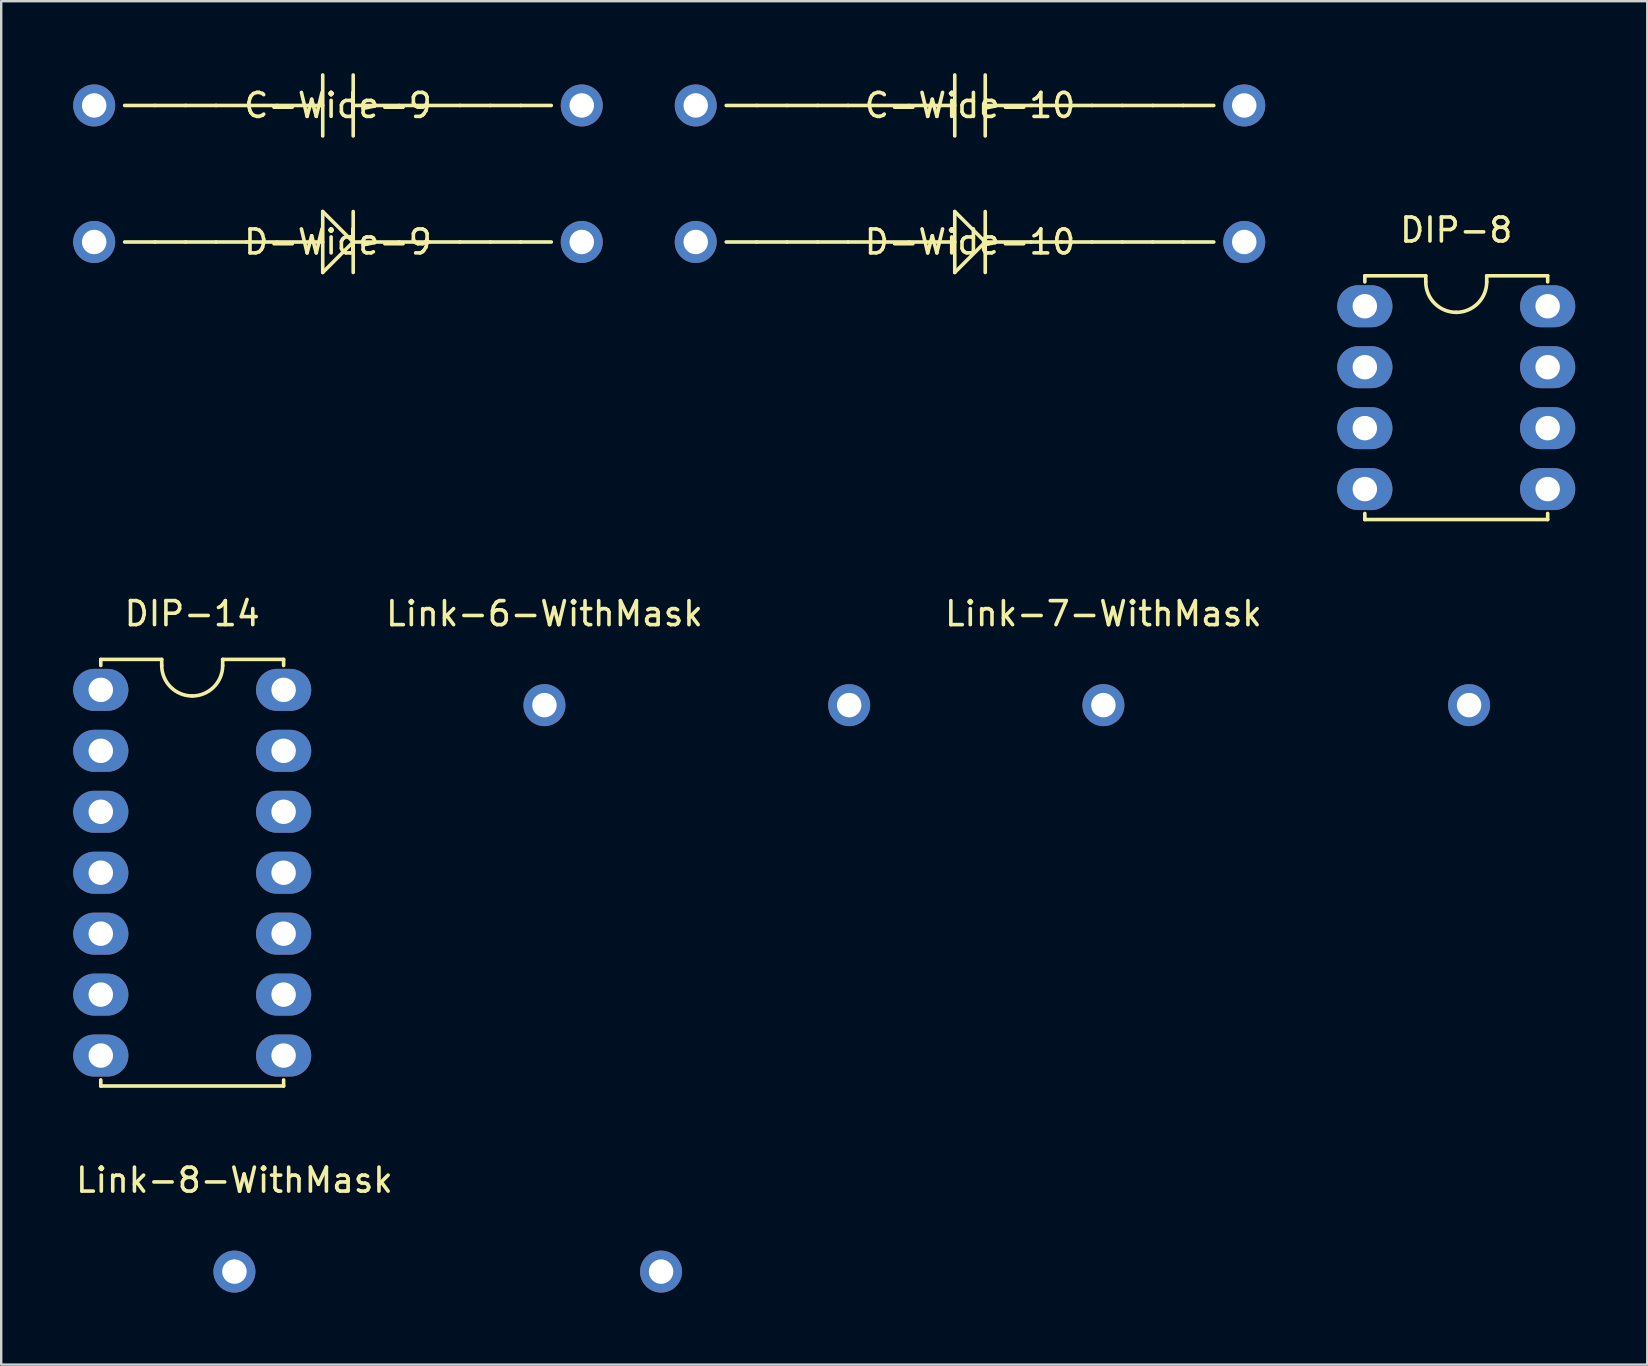
<source format=kicad_pcb>
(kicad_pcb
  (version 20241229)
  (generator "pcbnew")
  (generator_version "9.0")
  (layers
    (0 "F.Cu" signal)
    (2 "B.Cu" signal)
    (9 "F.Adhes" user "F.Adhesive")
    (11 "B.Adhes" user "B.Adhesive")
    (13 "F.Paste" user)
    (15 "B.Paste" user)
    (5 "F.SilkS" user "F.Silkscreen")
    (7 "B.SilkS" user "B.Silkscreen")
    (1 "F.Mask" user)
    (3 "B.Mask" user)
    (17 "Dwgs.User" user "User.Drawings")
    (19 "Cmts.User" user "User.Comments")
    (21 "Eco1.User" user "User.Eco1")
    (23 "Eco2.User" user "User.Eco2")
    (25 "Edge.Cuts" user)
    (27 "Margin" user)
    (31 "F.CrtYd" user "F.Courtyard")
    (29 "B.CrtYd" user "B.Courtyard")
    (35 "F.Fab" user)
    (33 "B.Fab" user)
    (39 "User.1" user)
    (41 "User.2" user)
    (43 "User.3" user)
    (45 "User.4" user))
  (footprint "DIP-14"
    (layer "F.Cu")
    (at 1.15 25.701)
    (property "Reference" "DIP-14" (at 3.81 -3.175 0) (layer "F.SilkS") (effects (font (size 1 1) (thickness 0.15))))
    (attr through_hole)
    (fp_line (start 0 -1.27) (end 0 -1.016) (stroke (width 0.15) (type solid)) (layer "F.SilkS"))
    (fp_line (start 0 16.51) (end 0 16.256) (stroke (width 0.15) (type solid)) (layer "F.SilkS"))
    (fp_line (start 0 16.51) (end 7.62 16.51) (stroke (width 0.15) (type solid)) (layer "F.SilkS"))
    (fp_line (start 2.54 -1.27) (end 0 -1.27) (stroke (width 0.15) (type solid)) (layer "F.SilkS"))
    (fp_line (start 2.54 -1.016) (end 2.54 -1.27) (stroke (width 0.15) (type solid)) (layer "F.SilkS"))
    (fp_line (start 5.08 -1.016) (end 5.08 -1.27) (stroke (width 0.15) (type solid)) (layer "F.SilkS"))
    (fp_line (start 7.62 -1.27) (end 5.08 -1.27) (stroke (width 0.15) (type solid)) (layer "F.SilkS"))
    (fp_line (start 7.62 -1.27) (end 7.62 -1.016) (stroke (width 0.15) (type solid)) (layer "F.SilkS"))
    (fp_line (start 7.62 16.51) (end 7.62 16.256) (stroke (width 0.15) (type solid)) (layer "F.SilkS"))
    (fp_arc (start 3.81 0.254) (mid 2.911974 -0.117974) (end 2.54 -1.016) (stroke (width 0.15) (type solid)) (layer "F.SilkS"))
    (fp_arc (start 5.08 -1.016) (mid 4.708026 -0.117974) (end 3.81 0.254) (stroke (width 0.15) (type solid)) (layer "F.SilkS"))
    (pad "1" thru_hole oval (at 0 0) (size 2.3 1.75) (drill 1.02) (layers "B.Cu" "B.Mask"))
    (pad "2" thru_hole oval (at 0 2.54) (size 2.3 1.75) (drill 1.02) (layers "B.Cu" "B.Mask"))
    (pad "3" thru_hole oval (at 0 5.08) (size 2.3 1.75) (drill 1.02) (layers "B.Cu" "B.Mask"))
    (pad "4" thru_hole oval (at 0 7.62) (size 2.3 1.75) (drill 1.02) (layers "B.Cu" "B.Mask"))
    (pad "5" thru_hole oval (at 0 10.16) (size 2.3 1.75) (drill 1.02) (layers "B.Cu" "B.Mask"))
    (pad "6" thru_hole oval (at 0 12.7) (size 2.3 1.75) (drill 1.02) (layers "B.Cu" "B.Mask"))
    (pad "7" thru_hole oval (at 0 15.24) (size 2.3 1.75) (drill 1.02) (layers "B.Cu" "B.Mask"))
    (pad "8" thru_hole oval (at 7.62 15.24) (size 2.3 1.75) (drill 1.02) (layers "B.Cu" "B.Mask"))
    (pad "9" thru_hole oval (at 7.62 12.7) (size 2.3 1.75) (drill 1.02) (layers "B.Cu" "B.Mask"))
    (pad "10" thru_hole oval (at 7.62 10.16) (size 2.3 1.75) (drill 1.02) (layers "B.Cu" "B.Mask"))
    (pad "11" thru_hole oval (at 7.62 7.62) (size 2.3 1.75) (drill 1.02) (layers "B.Cu" "B.Mask"))
    (pad "12" thru_hole oval (at 7.62 5.08) (size 2.3 1.75) (drill 1.02) (layers "B.Cu" "B.Mask"))
    (pad "13" thru_hole oval (at 7.62 2.54) (size 2.3 1.75) (drill 1.02) (layers "B.Cu" "B.Mask"))
    (pad "14" thru_hole oval (at 7.62 0) (size 2.3 1.75) (drill 1.02) (layers "B.Cu" "B.Mask")))
  (footprint "Link-8-WithMask"
    (layer "F.Cu")
    (at 6.72 49.945)
    (property "Reference" "Link-8-WithMask" (at 0 -3.81 0) (layer "F.SilkS") (effects (font (size 1 1) (thickness 0.15))))
    (attr through_hole)
    (pad "1" thru_hole circle (at 0 0) (size 1.75 1.75) (drill 1.02) (layers "*.Cu"))
    (pad "1" thru_hole circle (at 17.78 0) (size 1.75 1.75) (drill 1.02) (layers "*.Cu")))
  (footprint "D-Wide-10"
    (layer "F.Cu")
    (at 25.945 7.035)
    (property "Reference" "D-Wide-10" (at 11.43 0 0) (layer "F.SilkS") (effects (font (size 1 1) (thickness 0.15))))
    (attr through_hole)
    (fp_line (start 2.54 0) (end 1.27 0) (stroke (width 0.15) (type solid)) (layer "F.SilkS"))
    (fp_line (start 3.81 0) (end 2.54 0) (stroke (width 0.15) (type solid)) (layer "F.SilkS"))
    (fp_line (start 5.08 0) (end 3.81 0) (stroke (width 0.15) (type solid)) (layer "F.SilkS"))
    (fp_line (start 6.35 0) (end 5.08 0) (stroke (width 0.15) (type solid)) (layer "F.SilkS"))
    (fp_line (start 7.62 0) (end 6.35 0) (stroke (width 0.15) (type solid)) (layer "F.SilkS"))
    (fp_line (start 8.89 0) (end 7.62 0) (stroke (width 0.15) (type solid)) (layer "F.SilkS"))
    (fp_line (start 10.795 -1.27) (end 10.795 1.27) (stroke (width 0.15) (type solid)) (layer "F.SilkS"))
    (fp_line (start 10.795 0) (end 8.89 0) (stroke (width 0.15) (type solid)) (layer "F.SilkS"))
    (fp_line (start 12.065 -1.27) (end 12.065 1.27) (stroke (width 0.15) (type solid)) (layer "F.SilkS"))
    (fp_line (start 12.065 0) (end 10.795 -1.27) (stroke (width 0.15) (type solid)) (layer "F.SilkS"))
    (fp_line (start 12.065 0) (end 10.795 1.27) (stroke (width 0.15) (type solid)) (layer "F.SilkS"))
    (fp_line (start 12.065 0) (end 13.97 0) (stroke (width 0.15) (type solid)) (layer "F.SilkS"))
    (fp_line (start 15.24 0) (end 13.97 0) (stroke (width 0.15) (type solid)) (layer "F.SilkS"))
    (fp_line (start 15.24 0) (end 16.51 0) (stroke (width 0.15) (type solid)) (layer "F.SilkS"))
    (fp_line (start 16.51 0) (end 17.78 0) (stroke (width 0.15) (type solid)) (layer "F.SilkS"))
    (fp_line (start 17.78 0) (end 19.05 0) (stroke (width 0.15) (type solid)) (layer "F.SilkS"))
    (fp_line (start 20.32 0) (end 19.05 0) (stroke (width 0.15) (type solid)) (layer "F.SilkS"))
    (fp_line (start 21.59 0) (end 20.32 0) (stroke (width 0.15) (type solid)) (layer "F.SilkS"))
    (pad "1" thru_hole circle (at 0 0) (size 1.75 1.75) (drill 1.02) (layers "B.Cu" "B.Mask"))
    (pad "1" thru_hole circle (at 22.86 0) (size 1.75 1.75) (drill 1.02) (layers "B.Cu" "B.Mask")))
  (footprint "Link-6-WithMask"
    (layer "F.Cu")
    (at 19.64 26.337)
    (property "Reference" "Link-6-WithMask" (at 0 -3.81 0) (layer "F.SilkS") (effects (font (size 1 1) (thickness 0.15))))
    (attr through_hole)
    (pad "1" thru_hole circle (at 0 0) (size 1.75 1.75) (drill 1.02) (layers "*.Cu"))
    (pad "1" thru_hole circle (at 12.7 0) (size 1.75 1.75) (drill 1.02) (layers "*.Cu")))
  (footprint "DIP-8"
    (layer "F.Cu")
    (at 53.83 9.713)
    (property "Reference" "DIP-8" (at 3.81 -3.175 0) (layer "F.SilkS") (effects (font (size 1 1) (thickness 0.15))))
    (attr through_hole)
    (fp_line (start 0 -1.27) (end 0 -1.016) (stroke (width 0.15) (type solid)) (layer "F.SilkS"))
    (fp_line (start 0 8.89) (end 0 8.636) (stroke (width 0.15) (type solid)) (layer "F.SilkS"))
    (fp_line (start 0 8.89) (end 7.62 8.89) (stroke (width 0.15) (type solid)) (layer "F.SilkS"))
    (fp_line (start 2.54 -1.27) (end 0 -1.27) (stroke (width 0.15) (type solid)) (layer "F.SilkS"))
    (fp_line (start 2.54 -1.016) (end 2.54 -1.27) (stroke (width 0.15) (type solid)) (layer "F.SilkS"))
    (fp_line (start 5.08 -1.016) (end 5.08 -1.27) (stroke (width 0.15) (type solid)) (layer "F.SilkS"))
    (fp_line (start 7.62 -1.27) (end 5.08 -1.27) (stroke (width 0.15) (type solid)) (layer "F.SilkS"))
    (fp_line (start 7.62 -1.27) (end 7.62 -1.016) (stroke (width 0.15) (type solid)) (layer "F.SilkS"))
    (fp_line (start 7.62 8.89) (end 7.62 8.636) (stroke (width 0.15) (type solid)) (layer "F.SilkS"))
    (fp_arc (start 3.81 0.254) (mid 2.911974 -0.117974) (end 2.54 -1.016) (stroke (width 0.15) (type solid)) (layer "F.SilkS"))
    (fp_arc (start 5.08 -1.016) (mid 4.708026 -0.117974) (end 3.81 0.254) (stroke (width 0.15) (type solid)) (layer "F.SilkS"))
    (pad "1" thru_hole oval (at 0 0) (size 2.3 1.75) (drill 1.02) (layers "B.Cu" "B.Mask"))
    (pad "2" thru_hole oval (at 0 2.54) (size 2.3 1.75) (drill 1.02) (layers "B.Cu" "B.Mask"))
    (pad "3" thru_hole oval (at 0 5.08) (size 2.3 1.75) (drill 1.02) (layers "B.Cu" "B.Mask"))
    (pad "4" thru_hole oval (at 0 7.62) (size 2.3 1.75) (drill 1.02) (layers "B.Cu" "B.Mask"))
    (pad "5" thru_hole oval (at 7.62 7.62) (size 2.3 1.75) (drill 1.02) (layers "B.Cu" "B.Mask"))
    (pad "6" thru_hole oval (at 7.62 5.08) (size 2.3 1.75) (drill 1.02) (layers "B.Cu" "B.Mask"))
    (pad "7" thru_hole oval (at 7.62 2.54) (size 2.3 1.75) (drill 1.02) (layers "B.Cu" "B.Mask"))
    (pad "8" thru_hole oval (at 7.62 0) (size 2.3 1.75) (drill 1.02) (layers "B.Cu" "B.Mask")))
  (footprint "C-Wide-9"
    (layer "F.Cu")
    (at 0.875 1.345)
    (property "Reference" "C-Wide-9" (at 10.16 0 0) (layer "F.SilkS") (effects (font (size 1 1) (thickness 0.15))))
    (attr through_hole)
    (fp_line (start 2.54 0) (end 1.27 0) (stroke (width 0.15) (type solid)) (layer "F.SilkS"))
    (fp_line (start 3.81 0) (end 2.54 0) (stroke (width 0.15) (type solid)) (layer "F.SilkS"))
    (fp_line (start 5.08 0) (end 3.81 0) (stroke (width 0.15) (type solid)) (layer "F.SilkS"))
    (fp_line (start 7.62 0) (end 5.08 0) (stroke (width 0.15) (type solid)) (layer "F.SilkS"))
    (fp_line (start 7.62 0) (end 9.525 0) (stroke (width 0.15) (type solid)) (layer "F.SilkS"))
    (fp_line (start 9.525 -1.27) (end 9.525 1.27) (stroke (width 0.15) (type solid)) (layer "F.SilkS"))
    (fp_line (start 10.795 -1.27) (end 10.795 1.27) (stroke (width 0.15) (type solid)) (layer "F.SilkS"))
    (fp_line (start 12.7 0) (end 10.795 0) (stroke (width 0.15) (type solid)) (layer "F.SilkS"))
    (fp_line (start 12.7 0) (end 15.24 0) (stroke (width 0.15) (type solid)) (layer "F.SilkS"))
    (fp_line (start 15.24 0) (end 16.51 0) (stroke (width 0.15) (type solid)) (layer "F.SilkS"))
    (fp_line (start 16.51 0) (end 17.78 0) (stroke (width 0.15) (type solid)) (layer "F.SilkS"))
    (fp_line (start 17.78 0) (end 19.05 0) (stroke (width 0.15) (type solid)) (layer "F.SilkS"))
    (pad "1" thru_hole circle (at 0 0) (size 1.75 1.75) (drill 1.02) (layers "B.Cu" "B.Mask"))
    (pad "1" thru_hole circle (at 20.32 0) (size 1.75 1.75) (drill 1.02) (layers "B.Cu" "B.Mask")))
  (footprint "Link-7-WithMask"
    (layer "F.Cu")
    (at 42.935 26.337)
    (property "Reference" "Link-7-WithMask" (at 0 -3.81 0) (layer "F.SilkS") (effects (font (size 1 1) (thickness 0.15))))
    (attr through_hole)
    (pad "1" thru_hole circle (at 0 0) (size 1.75 1.75) (drill 1.02) (layers "*.Cu"))
    (pad "1" thru_hole circle (at 15.24 0) (size 1.75 1.75) (drill 1.02) (layers "*.Cu")))
  (footprint "C-Wide-10"
    (layer "F.Cu")
    (at 25.945 1.345)
    (property "Reference" "C-Wide-10" (at 11.43 0 0) (layer "F.SilkS") (effects (font (size 1 1) (thickness 0.15))))
    (attr through_hole)
    (fp_line (start 2.54 0) (end 1.27 0) (stroke (width 0.15) (type solid)) (layer "F.SilkS"))
    (fp_line (start 3.81 0) (end 2.54 0) (stroke (width 0.15) (type solid)) (layer "F.SilkS"))
    (fp_line (start 5.08 0) (end 3.81 0) (stroke (width 0.15) (type solid)) (layer "F.SilkS"))
    (fp_line (start 6.35 0) (end 5.08 0) (stroke (width 0.15) (type solid)) (layer "F.SilkS"))
    (fp_line (start 8.89 0) (end 6.35 0) (stroke (width 0.15) (type solid)) (layer "F.SilkS"))
    (fp_line (start 8.89 0) (end 10.795 0) (stroke (width 0.15) (type solid)) (layer "F.SilkS"))
    (fp_line (start 10.795 -1.27) (end 10.795 1.27) (stroke (width 0.15) (type solid)) (layer "F.SilkS"))
    (fp_line (start 12.065 -1.27) (end 12.065 1.27) (stroke (width 0.15) (type solid)) (layer "F.SilkS"))
    (fp_line (start 13.97 0) (end 12.065 0) (stroke (width 0.15) (type solid)) (layer "F.SilkS"))
    (fp_line (start 13.97 0) (end 16.51 0) (stroke (width 0.15) (type solid)) (layer "F.SilkS"))
    (fp_line (start 16.51 0) (end 17.78 0) (stroke (width 0.15) (type solid)) (layer "F.SilkS"))
    (fp_line (start 17.78 0) (end 19.05 0) (stroke (width 0.15) (type solid)) (layer "F.SilkS"))
    (fp_line (start 19.05 0) (end 20.32 0) (stroke (width 0.15) (type solid)) (layer "F.SilkS"))
    (fp_line (start 21.59 0) (end 20.32 0) (stroke (width 0.15) (type solid)) (layer "F.SilkS"))
    (pad "1" thru_hole circle (at 0 0) (size 1.75 1.75) (drill 1.02) (layers "B.Cu" "B.Mask"))
    (pad "1" thru_hole circle (at 22.86 0) (size 1.75 1.75) (drill 1.02) (layers "B.Cu" "B.Mask")))
  (footprint "D-Wide-9"
    (layer "F.Cu")
    (at 0.875 7.035)
    (property "Reference" "D-Wide-9" (at 10.16 0 0) (layer "F.SilkS") (effects (font (size 1 1) (thickness 0.15))))
    (attr through_hole)
    (fp_line (start 2.54 0) (end 1.27 0) (stroke (width 0.15) (type solid)) (layer "F.SilkS"))
    (fp_line (start 3.81 0) (end 2.54 0) (stroke (width 0.15) (type solid)) (layer "F.SilkS"))
    (fp_line (start 5.08 0) (end 3.81 0) (stroke (width 0.15) (type solid)) (layer "F.SilkS"))
    (fp_line (start 6.35 0) (end 5.08 0) (stroke (width 0.15) (type solid)) (layer "F.SilkS"))
    (fp_line (start 7.62 0) (end 6.35 0) (stroke (width 0.15) (type solid)) (layer "F.SilkS"))
    (fp_line (start 9.525 -1.27) (end 9.525 1.27) (stroke (width 0.15) (type solid)) (layer "F.SilkS"))
    (fp_line (start 9.525 0) (end 7.62 0) (stroke (width 0.15) (type solid)) (layer "F.SilkS"))
    (fp_line (start 10.795 -1.27) (end 10.795 1.27) (stroke (width 0.15) (type solid)) (layer "F.SilkS"))
    (fp_line (start 10.795 0) (end 9.525 -1.27) (stroke (width 0.15) (type solid)) (layer "F.SilkS"))
    (fp_line (start 10.795 0) (end 9.525 1.27) (stroke (width 0.15) (type solid)) (layer "F.SilkS"))
    (fp_line (start 10.795 0) (end 12.7 0) (stroke (width 0.15) (type solid)) (layer "F.SilkS"))
    (fp_line (start 13.97 0) (end 12.7 0) (stroke (width 0.15) (type solid)) (layer "F.SilkS"))
    (fp_line (start 13.97 0) (end 15.24 0) (stroke (width 0.15) (type solid)) (layer "F.SilkS"))
    (fp_line (start 15.24 0) (end 16.51 0) (stroke (width 0.15) (type solid)) (layer "F.SilkS"))
    (fp_line (start 16.51 0) (end 17.78 0) (stroke (width 0.15) (type solid)) (layer "F.SilkS"))
    (fp_line (start 19.05 0) (end 17.78 0) (stroke (width 0.15) (type solid)) (layer "F.SilkS"))
    (pad "1" thru_hole circle (at 0 0) (size 1.75 1.75) (drill 1.02) (layers "B.Cu" "B.Mask"))
    (pad "1" thru_hole circle (at 20.32 0) (size 1.75 1.75) (drill 1.02) (layers "B.Cu" "B.Mask")))
  (gr_rect
    (start -3 -3)
    (end 65.6 53.82)
    (stroke (width 0.1) (type default))
    (fill no)
    (layer "Edge.Cuts")))
</source>
